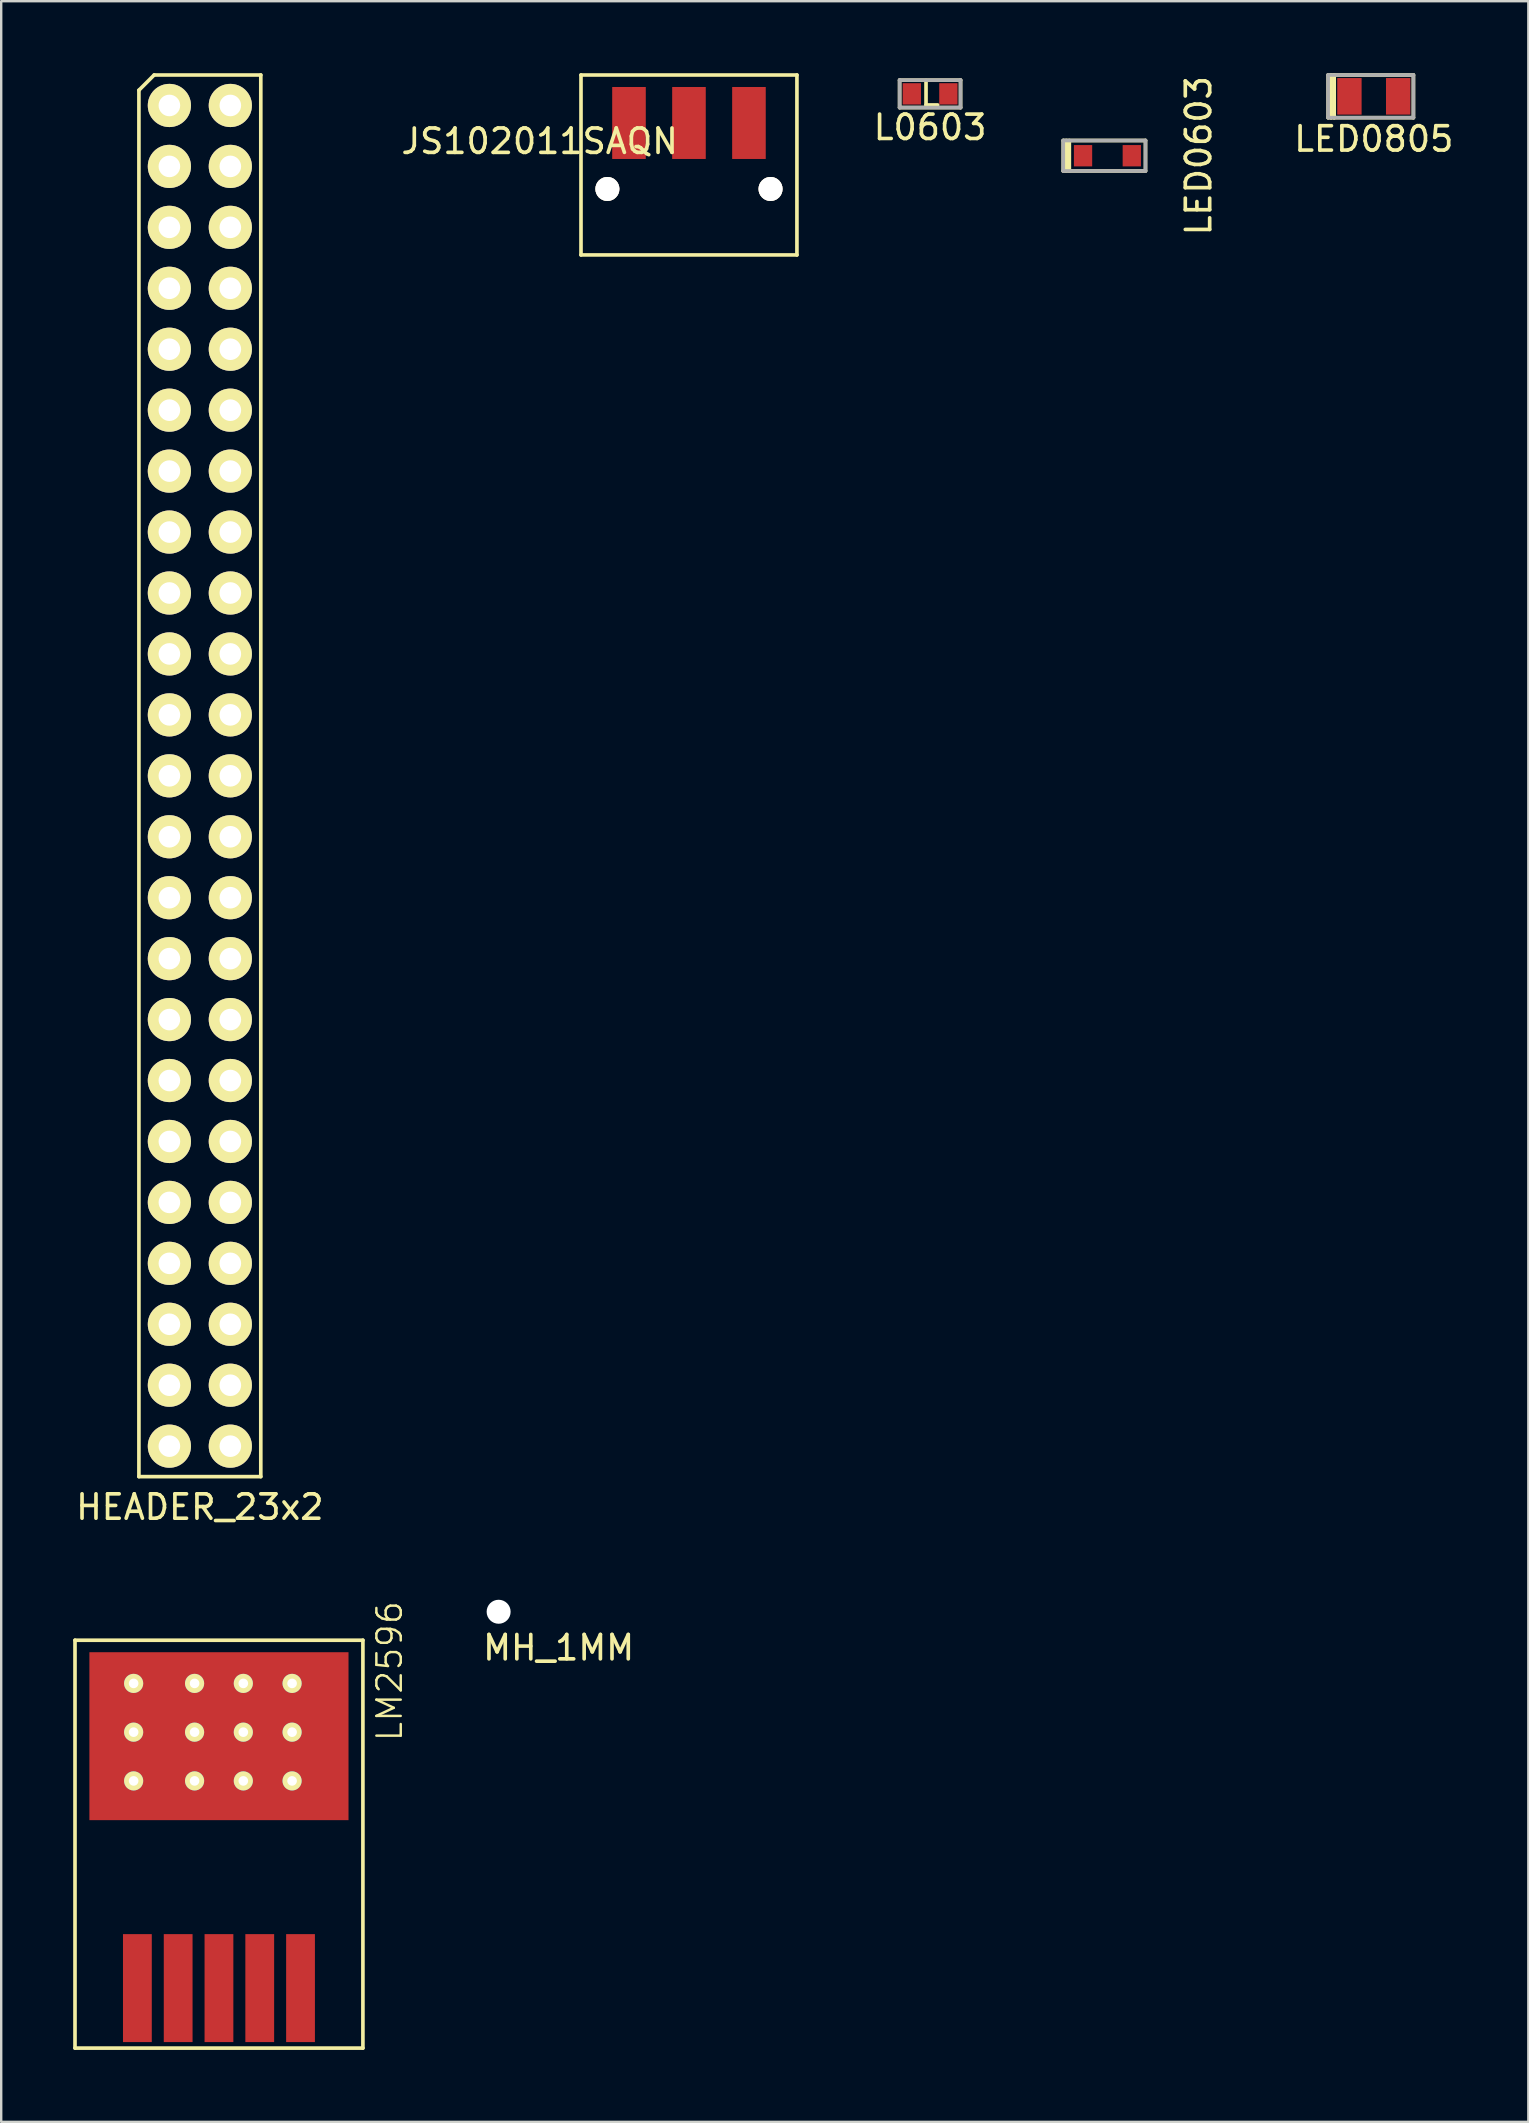
<source format=kicad_pcb>
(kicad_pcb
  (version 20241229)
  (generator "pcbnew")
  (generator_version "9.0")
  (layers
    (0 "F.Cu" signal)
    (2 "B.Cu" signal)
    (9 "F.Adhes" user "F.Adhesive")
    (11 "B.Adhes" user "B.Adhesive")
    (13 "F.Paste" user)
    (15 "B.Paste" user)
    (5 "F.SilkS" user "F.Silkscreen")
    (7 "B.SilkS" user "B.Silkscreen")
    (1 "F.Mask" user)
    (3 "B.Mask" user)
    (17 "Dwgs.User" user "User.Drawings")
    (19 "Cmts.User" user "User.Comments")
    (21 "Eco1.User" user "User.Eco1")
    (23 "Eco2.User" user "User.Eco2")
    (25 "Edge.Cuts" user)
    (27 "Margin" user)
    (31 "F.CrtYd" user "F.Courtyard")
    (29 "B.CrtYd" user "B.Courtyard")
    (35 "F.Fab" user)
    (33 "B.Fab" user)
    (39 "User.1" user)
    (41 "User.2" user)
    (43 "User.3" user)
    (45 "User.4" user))
  (footprint "L0603"
    (layer "F.Cu")
    (at 35.716 0.862)
    (property "Reference" "L0603" (at 0 1.397 0) (layer "F.SilkS") (effects (font (size 1.016 1.016) (thickness 0.152))))
    (attr smd)
    (fp_line (start -1.27 -0.572) (end -1.27 0.572) (stroke (width 0.152) (type solid)) (layer "F.SilkS"))
    (fp_line (start -1.27 0.572) (end 1.27 0.572) (stroke (width 0.152) (type solid)) (layer "F.SilkS"))
    (fp_line (start 1.27 -0.572) (end -1.27 -0.572) (stroke (width 0.152) (type solid)) (layer "F.SilkS"))
    (fp_line (start 1.27 0.572) (end 1.27 -0.572) (stroke (width 0.152) (type solid)) (layer "F.SilkS"))
    (fp_line (start -1.27 -0.572) (end -1.27 0.572) (stroke (width 0.152) (type solid)) (layer "F.Fab"))
    (fp_line (start -1.27 0.572) (end 1.27 0.572) (stroke (width 0.152) (type solid)) (layer "F.Fab"))
    (fp_line (start 1.27 -0.572) (end -1.27 -0.572) (stroke (width 0.152) (type solid)) (layer "F.Fab"))
    (fp_line (start 1.27 0.572) (end 1.27 -0.572) (stroke (width 0.152) (type solid)) (layer "F.Fab"))
    (fp_text user "L" (at 0 0 0) (layer "F.SilkS") (effects (font (size 1.016 1.016) (thickness 0.152))))
    (pad "1" smd rect (at -0.762 0) (size 0.762 0.889) (layers "F.Cu" "F.Mask" "F.Paste"))
    (pad "2" smd rect (at 0.762 0) (size 0.762 0.889) (layers "F.Cu" "F.Mask" "F.Paste")))
  (footprint "LED0603"
    (layer "F.Cu")
    (at 43.107 3.441)
    (property "Reference" "LED0603" (at 3.8 0 90) (layer "F.SilkS") (effects (font (size 1.016 1.016) (thickness 0.152))))
    (attr smd)
    (fp_line (start -1.841 -0.635) (end -1.841 0.635) (stroke (width 0.152) (type solid)) (layer "F.SilkS"))
    (fp_line (start -1.841 -0.635) (end 1.587 -0.635) (stroke (width 0.152) (type solid)) (layer "F.SilkS"))
    (fp_line (start -1.841 0.635) (end 1.587 0.635) (stroke (width 0.152) (type solid)) (layer "F.SilkS"))
    (fp_line (start -1.714 -0.635) (end -1.714 0.635) (stroke (width 0.152) (type solid)) (layer "F.SilkS"))
    (fp_line (start -1.587 -0.635) (end -1.587 0.635) (stroke (width 0.152) (type solid)) (layer "F.SilkS"))
    (fp_line (start 1.587 -0.635) (end 1.587 0.635) (stroke (width 0.152) (type solid)) (layer "F.SilkS"))
    (fp_line (start -1.841 -0.635) (end 1.587 -0.635) (stroke (width 0.152) (type solid)) (layer "F.Fab"))
    (fp_line (start -1.841 0.635) (end -1.841 -0.635) (stroke (width 0.152) (type solid)) (layer "F.Fab"))
    (fp_line (start 1.587 -0.635) (end 1.587 0.635) (stroke (width 0.152) (type solid)) (layer "F.Fab"))
    (fp_line (start 1.587 0.635) (end -1.841 0.635) (stroke (width 0.152) (type solid)) (layer "F.Fab"))
    (pad "1" smd rect (at -1.016 0) (size 0.762 0.889) (layers "F.Cu" "F.Mask" "F.Paste"))
    (pad "2" smd rect (at 1.016 0) (size 0.762 0.889) (layers "F.Cu" "F.Mask" "F.Paste")))
  (footprint "LM2596"
    (layer "F.Cu")
    (at 6.076 79.814)
    (property "Reference" "LM2596" (at 7.112 -13.208 90) (layer "F.SilkS") (effects (font (size 1.016 1.016) (thickness 0.102))))
    (attr smd)
    (fp_line (start -6 -14.5) (end -6 2.5) (stroke (width 0.152) (type solid)) (layer "F.SilkS"))
    (fp_line (start -6 2.5) (end 6 2.5) (stroke (width 0.152) (type solid)) (layer "F.SilkS"))
    (fp_line (start 6 -14.5) (end -6 -14.5) (stroke (width 0.152) (type solid)) (layer "F.SilkS"))
    (fp_line (start 6 2.5) (end 6 -14.5) (stroke (width 0.152) (type solid)) (layer "F.SilkS"))
    (pad "" thru_hole circle (at -3.556 -10.668) (size 0.8 0.8) (drill 0.4) (layers "*.Cu" "*.Mask" "F.SilkS"))
    (pad "1" smd rect (at -3.4 0) (size 1.2 4.5) (layers "F.Cu" "F.Mask" "F.Paste"))
    (pad "2" smd rect (at -1.7 0) (size 1.2 4.5) (layers "F.Cu" "F.Mask" "F.Paste"))
    (pad "3" smd rect (at 0 0) (size 1.2 4.5) (layers "F.Cu" "F.Mask" "F.Paste"))
    (pad "4" smd rect (at 1.7 0) (size 1.2 4.5) (layers "F.Cu" "F.Mask" "F.Paste"))
    (pad "5" smd rect (at 3.4 0) (size 1.2 4.5) (layers "F.Cu" "F.Mask" "F.Paste"))
    (pad "6" smd rect (at 0 -10.5) (size 10.8 7) (layers "F.Cu" "F.Mask" "F.Paste"))
    (pad "~" thru_hole circle (at -3.556 -12.7) (size 0.8 0.8) (drill 0.4) (layers "*.Cu" "*.Mask" "F.SilkS"))
    (pad "~" thru_hole circle (at -3.556 -8.636) (size 0.8 0.8) (drill 0.4) (layers "*.Cu" "*.Mask" "F.SilkS"))
    (pad "~" thru_hole circle (at -1.016 -12.7) (size 0.8 0.8) (drill 0.4) (layers "*.Cu" "*.Mask" "F.SilkS"))
    (pad "~" thru_hole circle (at -1.016 -10.668) (size 0.8 0.8) (drill 0.4) (layers "*.Cu" "*.Mask" "F.SilkS"))
    (pad "~" thru_hole circle (at -1.016 -8.636) (size 0.8 0.8) (drill 0.4) (layers "*.Cu" "*.Mask" "F.SilkS"))
    (pad "~" thru_hole circle (at 1.016 -12.7) (size 0.8 0.8) (drill 0.4) (layers "*.Cu" "*.Mask" "F.SilkS"))
    (pad "~" thru_hole circle (at 1.016 -10.668) (size 0.8 0.8) (drill 0.4) (layers "*.Cu" "*.Mask" "F.SilkS"))
    (pad "~" thru_hole circle (at 1.016 -8.636) (size 0.8 0.8) (drill 0.4) (layers "*.Cu" "*.Mask" "F.SilkS"))
    (pad "~" thru_hole circle (at 3.048 -12.7) (size 0.8 0.8) (drill 0.4) (layers "*.Cu" "*.Mask" "F.SilkS"))
    (pad "~" thru_hole circle (at 3.048 -10.668) (size 0.8 0.8) (drill 0.4) (layers "*.Cu" "*.Mask" "F.SilkS"))
    (pad "~" thru_hole circle (at 3.048 -8.636) (size 0.8 0.8) (drill 0.4) (layers "*.Cu" "*.Mask" "F.SilkS")))
  (footprint "HEADER_23x2"
    (layer "F.Cu")
    (at 5.28 29.286)
    (property "Reference" "HEADER_23x2" (at 0 30.48 0) (layer "F.SilkS") (effects (font (size 1.016 1.016) (thickness 0.152))))
    (attr through_hole)
    (fp_line (start -2.54 -28.575) (end -2.54 29.21) (stroke (width 0.152) (type solid)) (layer "F.SilkS"))
    (fp_line (start -2.54 29.21) (end 2.54 29.21) (stroke (width 0.152) (type solid)) (layer "F.SilkS"))
    (fp_line (start -1.905 -29.21) (end -2.54 -28.575) (stroke (width 0.152) (type solid)) (layer "F.SilkS"))
    (fp_line (start 2.54 -29.21) (end -1.905 -29.21) (stroke (width 0.152) (type solid)) (layer "F.SilkS"))
    (fp_line (start 2.54 29.21) (end 2.54 -29.21) (stroke (width 0.152) (type solid)) (layer "F.SilkS"))
    (pad "1" thru_hole circle (at -1.27 -27.94) (size 1.8 1.8) (drill 0.9) (layers "*.Cu" "*.Mask" "F.SilkS"))
    (pad "2" thru_hole circle (at 1.27 -27.94) (size 1.8 1.8) (drill 0.9) (layers "*.Cu" "*.Mask" "F.SilkS"))
    (pad "3" thru_hole circle (at -1.27 -25.4) (size 1.8 1.8) (drill 0.9) (layers "*.Cu" "*.Mask" "F.SilkS"))
    (pad "4" thru_hole circle (at 1.27 -25.4) (size 1.8 1.8) (drill 0.9) (layers "*.Cu" "*.Mask" "F.SilkS"))
    (pad "5" thru_hole circle (at -1.27 -22.86) (size 1.8 1.8) (drill 0.9) (layers "*.Cu" "*.Mask" "F.SilkS"))
    (pad "6" thru_hole circle (at 1.27 -22.86) (size 1.8 1.8) (drill 0.9) (layers "*.Cu" "*.Mask" "F.SilkS"))
    (pad "7" thru_hole circle (at -1.27 -20.32) (size 1.8 1.8) (drill 0.9) (layers "*.Cu" "*.Mask" "F.SilkS"))
    (pad "8" thru_hole circle (at 1.27 -20.32) (size 1.8 1.8) (drill 0.9) (layers "*.Cu" "*.Mask" "F.SilkS"))
    (pad "9" thru_hole circle (at -1.27 -17.78) (size 1.8 1.8) (drill 0.9) (layers "*.Cu" "*.Mask" "F.SilkS"))
    (pad "10" thru_hole circle (at 1.27 -17.78) (size 1.8 1.8) (drill 0.9) (layers "*.Cu" "*.Mask" "F.SilkS"))
    (pad "11" thru_hole circle (at -1.27 -15.24) (size 1.8 1.8) (drill 0.9) (layers "*.Cu" "*.Mask" "F.SilkS"))
    (pad "12" thru_hole circle (at 1.27 -15.24) (size 1.8 1.8) (drill 0.9) (layers "*.Cu" "*.Mask" "F.SilkS"))
    (pad "13" thru_hole circle (at -1.27 -12.7) (size 1.8 1.8) (drill 0.9) (layers "*.Cu" "*.Mask" "F.SilkS"))
    (pad "14" thru_hole circle (at 1.27 -12.7) (size 1.8 1.8) (drill 0.9) (layers "*.Cu" "*.Mask" "F.SilkS"))
    (pad "15" thru_hole circle (at -1.27 -10.16) (size 1.8 1.8) (drill 0.9) (layers "*.Cu" "*.Mask" "F.SilkS"))
    (pad "16" thru_hole circle (at 1.27 -10.16) (size 1.8 1.8) (drill 0.9) (layers "*.Cu" "*.Mask" "F.SilkS"))
    (pad "17" thru_hole circle (at -1.27 -7.62) (size 1.8 1.8) (drill 0.9) (layers "*.Cu" "*.Mask" "F.SilkS"))
    (pad "18" thru_hole circle (at 1.27 -7.62) (size 1.8 1.8) (drill 0.9) (layers "*.Cu" "*.Mask" "F.SilkS"))
    (pad "19" thru_hole circle (at -1.27 -5.08) (size 1.8 1.8) (drill 0.9) (layers "*.Cu" "*.Mask" "F.SilkS"))
    (pad "20" thru_hole circle (at 1.27 -5.08) (size 1.8 1.8) (drill 0.9) (layers "*.Cu" "*.Mask" "F.SilkS"))
    (pad "21" thru_hole circle (at -1.27 -2.54) (size 1.8 1.8) (drill 0.9) (layers "*.Cu" "*.Mask" "F.SilkS"))
    (pad "22" thru_hole circle (at 1.27 -2.54) (size 1.8 1.8) (drill 0.9) (layers "*.Cu" "*.Mask" "F.SilkS"))
    (pad "23" thru_hole circle (at -1.27 0) (size 1.8 1.8) (drill 0.9) (layers "*.Cu" "*.Mask" "F.SilkS"))
    (pad "24" thru_hole circle (at 1.27 0) (size 1.8 1.8) (drill 0.9) (layers "*.Cu" "*.Mask" "F.SilkS"))
    (pad "25" thru_hole circle (at -1.27 2.54) (size 1.8 1.8) (drill 0.9) (layers "*.Cu" "*.Mask" "F.SilkS"))
    (pad "26" thru_hole circle (at 1.27 2.54) (size 1.8 1.8) (drill 0.9) (layers "*.Cu" "*.Mask" "F.SilkS"))
    (pad "27" thru_hole circle (at -1.27 5.08) (size 1.8 1.8) (drill 0.9) (layers "*.Cu" "*.Mask" "F.SilkS"))
    (pad "28" thru_hole circle (at 1.27 5.08) (size 1.8 1.8) (drill 0.9) (layers "*.Cu" "*.Mask" "F.SilkS"))
    (pad "29" thru_hole circle (at -1.27 7.62) (size 1.8 1.8) (drill 0.9) (layers "*.Cu" "*.Mask" "F.SilkS"))
    (pad "30" thru_hole circle (at 1.27 7.62) (size 1.8 1.8) (drill 0.9) (layers "*.Cu" "*.Mask" "F.SilkS"))
    (pad "31" thru_hole circle (at -1.27 10.16) (size 1.8 1.8) (drill 0.9) (layers "*.Cu" "*.Mask" "F.SilkS"))
    (pad "32" thru_hole circle (at 1.27 10.16) (size 1.8 1.8) (drill 0.9) (layers "*.Cu" "*.Mask" "F.SilkS"))
    (pad "33" thru_hole circle (at -1.27 12.7) (size 1.8 1.8) (drill 0.9) (layers "*.Cu" "*.Mask" "F.SilkS"))
    (pad "34" thru_hole circle (at 1.27 12.7) (size 1.8 1.8) (drill 0.9) (layers "*.Cu" "*.Mask" "F.SilkS"))
    (pad "35" thru_hole circle (at -1.27 15.24) (size 1.8 1.8) (drill 0.9) (layers "*.Cu" "*.Mask" "F.SilkS"))
    (pad "36" thru_hole circle (at 1.27 15.24) (size 1.8 1.8) (drill 0.9) (layers "*.Cu" "*.Mask" "F.SilkS"))
    (pad "37" thru_hole circle (at -1.27 17.78) (size 1.8 1.8) (drill 0.9) (layers "*.Cu" "*.Mask" "F.SilkS"))
    (pad "38" thru_hole circle (at 1.27 17.78) (size 1.8 1.8) (drill 0.9) (layers "*.Cu" "*.Mask" "F.SilkS"))
    (pad "39" thru_hole circle (at -1.27 20.32) (size 1.8 1.8) (drill 0.9) (layers "*.Cu" "*.Mask" "F.SilkS"))
    (pad "40" thru_hole circle (at 1.27 20.32) (size 1.8 1.8) (drill 0.9) (layers "*.Cu" "*.Mask" "F.SilkS"))
    (pad "41" thru_hole circle (at -1.27 22.86) (size 1.8 1.8) (drill 0.9) (layers "*.Cu" "*.Mask" "F.SilkS"))
    (pad "42" thru_hole circle (at 1.27 22.86) (size 1.8 1.8) (drill 0.9) (layers "*.Cu" "*.Mask" "F.SilkS"))
    (pad "43" thru_hole circle (at -1.27 25.4) (size 1.8 1.8) (drill 0.9) (layers "*.Cu" "*.Mask" "F.SilkS"))
    (pad "44" thru_hole circle (at 1.27 25.4) (size 1.8 1.8) (drill 0.9) (layers "*.Cu" "*.Mask" "F.SilkS"))
    (pad "45" thru_hole circle (at -1.27 27.94) (size 1.8 1.8) (drill 0.9) (layers "*.Cu" "*.Mask" "F.SilkS"))
    (pad "46" thru_hole circle (at 1.27 27.94) (size 1.8 1.8) (drill 0.9) (layers "*.Cu" "*.Mask" "F.SilkS")))
  (footprint "LED0805"
    (layer "F.Cu")
    (at 54.21 0.965)
    (property "Reference" "LED0805" (at 0 1.778 0) (layer "F.SilkS") (effects (font (size 1.016 1.016) (thickness 0.152))))
    (attr smd)
    (fp_line (start -1.905 -0.889) (end -1.778 -0.889) (stroke (width 0.152) (type solid)) (layer "F.SilkS"))
    (fp_line (start -1.905 0.889) (end -1.905 -0.889) (stroke (width 0.152) (type solid)) (layer "F.SilkS"))
    (fp_line (start -1.778 -0.889) (end -1.778 0.889) (stroke (width 0.152) (type solid)) (layer "F.SilkS"))
    (fp_line (start -1.778 0.889) (end -1.905 0.889) (stroke (width 0.152) (type solid)) (layer "F.SilkS"))
    (fp_line (start -1.778 0.889) (end -1.651 0.889) (stroke (width 0.152) (type solid)) (layer "F.SilkS"))
    (fp_line (start -1.651 -0.889) (end -1.778 -0.889) (stroke (width 0.152) (type solid)) (layer "F.SilkS"))
    (fp_line (start -1.651 -0.889) (end 1.651 -0.889) (stroke (width 0.152) (type solid)) (layer "F.SilkS"))
    (fp_line (start -1.651 0.889) (end -1.651 -0.889) (stroke (width 0.152) (type solid)) (layer "F.SilkS"))
    (fp_line (start 1.651 -0.889) (end 1.651 0.889) (stroke (width 0.152) (type solid)) (layer "F.SilkS"))
    (fp_line (start 1.651 0.889) (end -1.651 0.889) (stroke (width 0.152) (type solid)) (layer "F.SilkS"))
    (fp_line (start -1.905 -0.889) (end 1.651 -0.889) (stroke (width 0.152) (type solid)) (layer "F.Fab"))
    (fp_line (start -1.905 0.889) (end -1.905 -0.889) (stroke (width 0.152) (type solid)) (layer "F.Fab"))
    (fp_line (start 1.651 -0.889) (end 1.651 0.889) (stroke (width 0.152) (type solid)) (layer "F.Fab"))
    (fp_line (start 1.651 0.889) (end -1.905 0.889) (stroke (width 0.152) (type solid)) (layer "F.Fab"))
    (pad "1" smd rect (at -1.016 0) (size 1.016 1.524) (layers "F.Cu" "F.Mask" "F.Paste"))
    (pad "2" smd rect (at 1.016 0) (size 1.016 1.524) (layers "F.Cu" "F.Mask" "F.Paste")))
  (footprint "MH_1MM"
    (layer "F.Cu")
    (at 17.733 64.128)
    (property "Reference" "MH_1MM" (at 2.5 1.5 0) (layer "F.SilkS") (effects (font (size 1.016 1.016) (thickness 0.152))))
    (attr through_hole)
    (pad "" np_thru_hole circle (at 0 0) (size 1 1) (drill 1) (layers "*.Cu" "*.Mask")))
  (footprint "JS102011SAQN"
    (layer "F.Cu")
    (at 25.666 2.076)
    (property "Reference" "JS102011SAQN" (at -6.223 0.762 0) (layer "F.SilkS") (effects (font (size 1.016 1.016) (thickness 0.152))))
    (attr smd)
    (fp_line (start -4.5 -2) (end -4.5 5.5) (stroke (width 0.152) (type solid)) (layer "F.SilkS"))
    (fp_line (start -4.5 5.5) (end 4.5 5.5) (stroke (width 0.152) (type solid)) (layer "F.SilkS"))
    (fp_line (start 4.5 -2) (end -4.5 -2) (stroke (width 0.152) (type solid)) (layer "F.SilkS"))
    (fp_line (start 4.5 5.5) (end 4.5 -2) (stroke (width 0.152) (type solid)) (layer "F.SilkS"))
    (pad "" thru_hole circle (at -3.4 2.75) (size 1 1) (drill 1) (layers "*.Cu" "*.Mask" "F.SilkS"))
    (pad "" thru_hole circle (at 3.4 2.75) (size 1 1) (drill 1) (layers "*.Cu" "*.Mask" "F.SilkS"))
    (pad "1" smd rect (at -2.5 0) (size 1.4 3) (layers "F.Cu" "F.Mask" "F.Paste"))
    (pad "2" smd rect (at 0 0) (size 1.4 3) (layers "F.Cu" "F.Mask" "F.Paste"))
    (pad "3" smd rect (at 2.5 0) (size 1.4 3) (layers "F.Cu" "F.Mask" "F.Paste")))
  (gr_rect
    (start -3 -3)
    (end 60.651 85.39)
    (stroke (width 0.1) (type default))
    (fill no)
    (layer "Edge.Cuts")))
</source>
